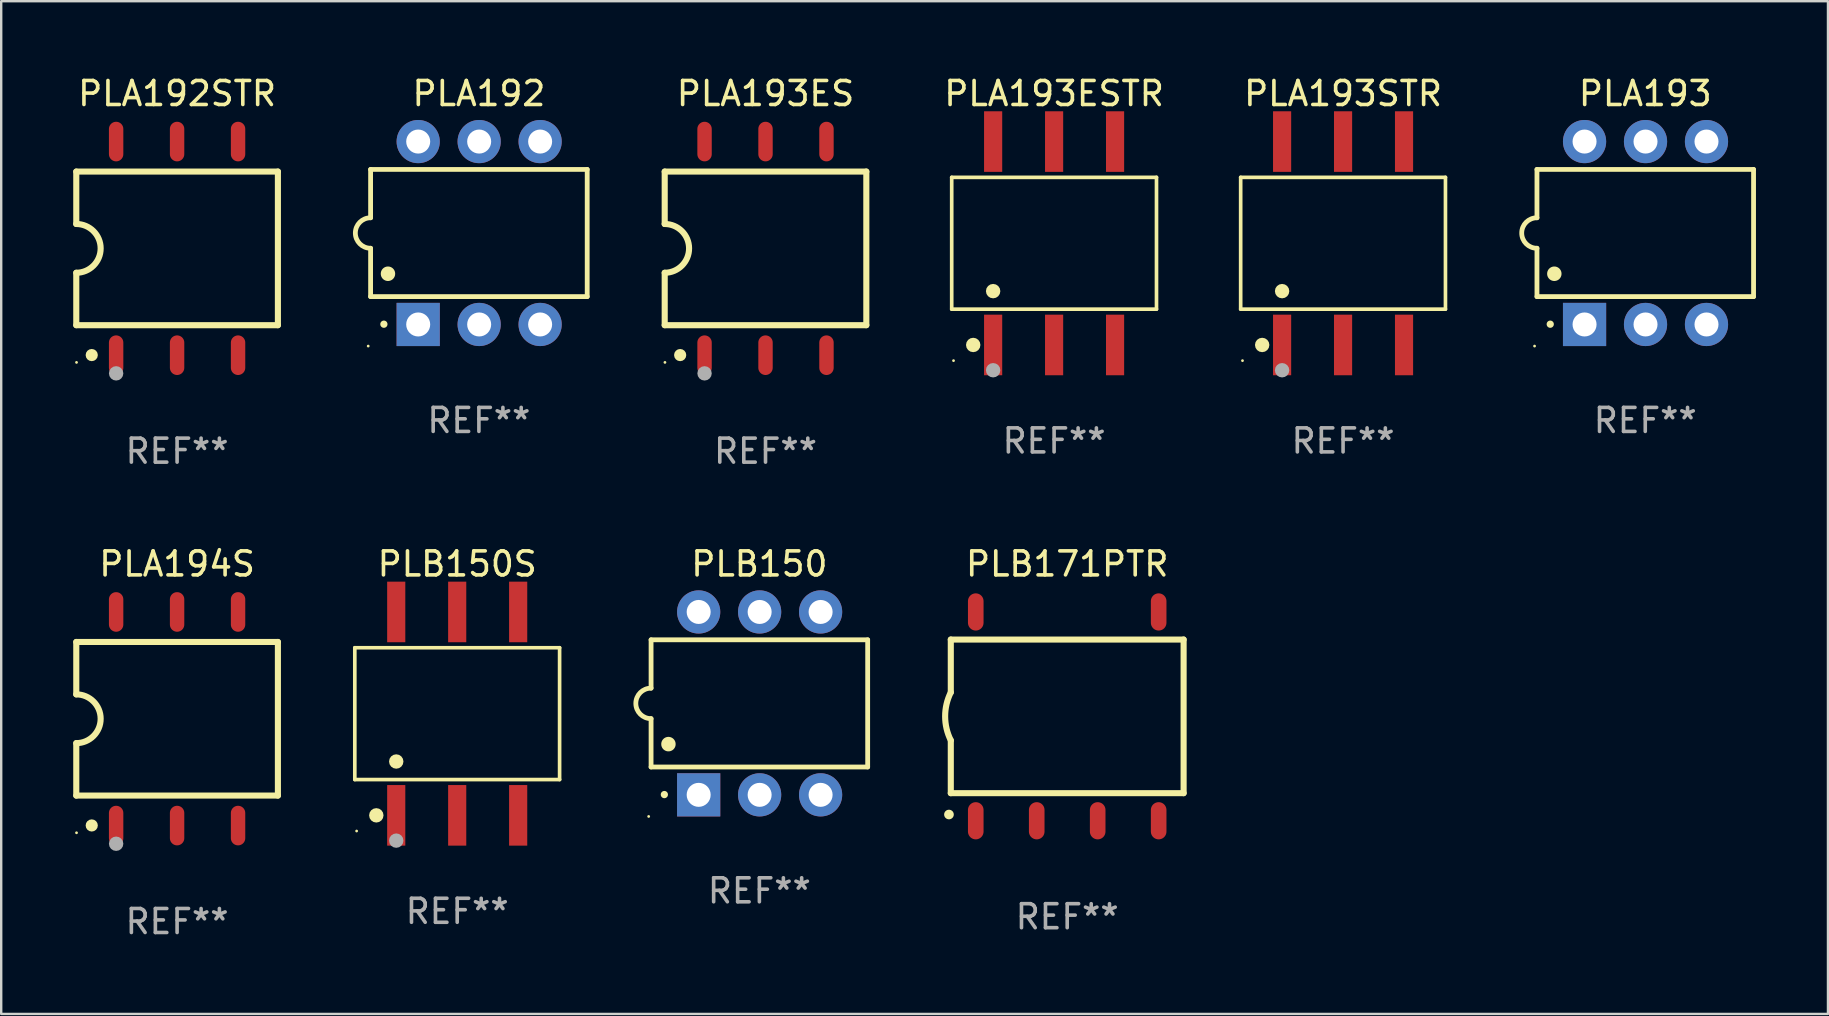
<source format=kicad_pcb>
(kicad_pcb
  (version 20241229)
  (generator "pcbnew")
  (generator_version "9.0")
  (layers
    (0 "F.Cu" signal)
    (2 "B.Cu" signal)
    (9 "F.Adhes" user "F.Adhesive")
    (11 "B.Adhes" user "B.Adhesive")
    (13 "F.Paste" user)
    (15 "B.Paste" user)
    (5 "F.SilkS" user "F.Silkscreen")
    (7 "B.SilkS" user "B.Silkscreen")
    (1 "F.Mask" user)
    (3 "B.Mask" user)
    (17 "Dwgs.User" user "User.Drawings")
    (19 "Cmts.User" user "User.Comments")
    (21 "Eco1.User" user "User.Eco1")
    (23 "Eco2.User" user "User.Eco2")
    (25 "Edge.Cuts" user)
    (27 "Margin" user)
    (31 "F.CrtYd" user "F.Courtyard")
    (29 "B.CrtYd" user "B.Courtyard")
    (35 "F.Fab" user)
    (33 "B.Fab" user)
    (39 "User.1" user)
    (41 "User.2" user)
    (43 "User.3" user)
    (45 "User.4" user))
  (footprint "PLA192"
    (layer "F.Cu")
    (at 16.902 6.658)
    (property "Reference" "PLA192" (at 0 -5.81 0) (layer "F.SilkS") (effects (font (size 1 1) (thickness 0.15))))
    (attr through_hole)
    (fp_line (start -4.512 -2.649) (end 4.512 -2.649) (stroke (width 0.2) (type solid)) (layer "F.SilkS"))
    (fp_line (start -4.512 -0.635) (end -4.512 -2.649) (stroke (width 0.2) (type solid)) (layer "F.SilkS"))
    (fp_line (start -4.512 2.649) (end -4.512 0.635) (stroke (width 0.2) (type solid)) (layer "F.SilkS"))
    (fp_line (start 4.512 -2.649) (end 4.512 2.649) (stroke (width 0.2) (type solid)) (layer "F.SilkS"))
    (fp_line (start 4.512 2.649) (end -4.512 2.649) (stroke (width 0.2) (type solid)) (layer "F.SilkS"))
    (fp_arc (start -4.512319 0.635001) (mid -5.14732 0) (end -4.512319 -0.635001) (stroke (width 0.2) (type solid)) (layer "F.SilkS"))
    (fp_arc (start -3.958598 3.799848) (mid -3.958603 3.798578) (end -3.958598 3.797308) (stroke (width 0.3) (type solid)) (layer "F.SilkS"))
    (fp_arc (start -3.788418 1.699263) (mid -3.788429 1.696723) (end -3.788418 1.694183) (stroke (width 0.6) (type solid)) (layer "F.SilkS"))
    (fp_circle (center -4.612 4.71) (end -4.582 4.71) (stroke (width 0.06) (type solid)) (fill no) (layer "F.SilkS"))
    (fp_text user "REF**" (at 0 7.81 0) (layer "F.Fab") (effects (font (size 1 1) (thickness 0.15))))
    (pad "1" thru_hole rect (at -2.529 3.81 90) (size 1.8 1.8) (drill 1) (layers "*.Cu" "*.Mask"))
    (pad "2" thru_hole circle (at 0.011 3.81) (size 1.8 1.8) (drill 1) (layers "*.Cu" "*.Mask"))
    (pad "3" thru_hole circle (at 2.551 3.81) (size 1.8 1.8) (drill 1) (layers "*.Cu" "*.Mask"))
    (pad "4" thru_hole circle (at 2.551 -3.81) (size 1.8 1.8) (drill 1) (layers "*.Cu" "*.Mask"))
    (pad "5" thru_hole circle (at 0.011 -3.81) (size 1.8 1.8) (drill 1) (layers "*.Cu" "*.Mask"))
    (pad "6" thru_hole circle (at -2.529 -3.81) (size 1.8 1.8) (drill 1) (layers "*.Cu" "*.Mask")))
  (footprint "PLA194S"
    (layer "F.Cu")
    (at 4.328 26.895)
    (property "Reference" "PLA194S" (at 0 -6.45 0) (layer "F.SilkS") (effects (font (size 1 1) (thickness 0.15))))
    (attr through_hole)
    (fp_line (start -4.2 -3.2) (end -4.2 -1.016) (stroke (width 0.254) (type solid)) (layer "F.SilkS"))
    (fp_line (start -4.2 -3.2) (end 4.2 -3.2) (stroke (width 0.254) (type solid)) (layer "F.SilkS"))
    (fp_line (start -4.2 3.2) (end -4.2 1.016) (stroke (width 0.254) (type solid)) (layer "F.SilkS"))
    (fp_line (start 4.2 -3.2) (end 4.2 3.2) (stroke (width 0.254) (type solid)) (layer "F.SilkS"))
    (fp_line (start 4.2 3.2) (end -4.2 3.2) (stroke (width 0.254) (type solid)) (layer "F.SilkS"))
    (fp_arc (start -4.201169 -1.016003) (mid -3.185166 -0.000585) (end -4.2 1.016002) (stroke (width 0.254001) (type solid)) (layer "F.SilkS"))
    (fp_circle (center -4.19 4.75) (end -4.16 4.75) (stroke (width 0.06) (type solid)) (fill no) (layer "F.SilkS"))
    (fp_circle (center -3.556 4.445) (end -3.429 4.445) (stroke (width 0.254) (type solid)) (fill no) (layer "F.SilkS"))
    (fp_circle (center -2.54 5.207) (end -2.39 5.207) (stroke (width 0.3) (type solid)) (fill no) (layer "F.Fab"))
    (fp_text user "REF**" (at 0 8.45 0) (layer "F.Fab") (effects (font (size 1 1) (thickness 0.15))))
    (pad "1" smd oval (at -2.54 4.45 90) (size 1.65 0.6) (layers "F.Cu" "F.Mask" "F.Paste"))
    (pad "2" smd oval (at 0 4.45 90) (size 1.65 0.6) (layers "F.Cu" "F.Mask" "F.Paste"))
    (pad "3" smd oval (at 2.54 4.45 90) (size 1.65 0.6) (layers "F.Cu" "F.Mask" "F.Paste"))
    (pad "4" smd oval (at 2.54 -4.45 90) (size 1.65 0.6) (layers "F.Cu" "F.Mask" "F.Paste"))
    (pad "5" smd oval (at 0 -4.45 90) (size 1.65 0.6) (layers "F.Cu" "F.Mask" "F.Paste"))
    (pad "6" smd oval (at -2.54 -4.45 90) (size 1.65 0.6) (layers "F.Cu" "F.Mask" "F.Paste")))
  (footprint "PLA192STR"
    (layer "F.Cu")
    (at 4.328 7.298)
    (property "Reference" "PLA192STR" (at 0 -6.45 0) (layer "F.SilkS") (effects (font (size 1 1) (thickness 0.15))))
    (attr through_hole)
    (fp_line (start -4.2 -3.2) (end -4.2 -1.016) (stroke (width 0.254) (type solid)) (layer "F.SilkS"))
    (fp_line (start -4.2 -3.2) (end 4.2 -3.2) (stroke (width 0.254) (type solid)) (layer "F.SilkS"))
    (fp_line (start -4.2 3.2) (end -4.2 1.016) (stroke (width 0.254) (type solid)) (layer "F.SilkS"))
    (fp_line (start 4.2 -3.2) (end 4.2 3.2) (stroke (width 0.254) (type solid)) (layer "F.SilkS"))
    (fp_line (start 4.2 3.2) (end -4.2 3.2) (stroke (width 0.254) (type solid)) (layer "F.SilkS"))
    (fp_arc (start -4.201169 -1.016003) (mid -3.185166 -0.000585) (end -4.2 1.016002) (stroke (width 0.254001) (type solid)) (layer "F.SilkS"))
    (fp_circle (center -4.19 4.75) (end -4.16 4.75) (stroke (width 0.06) (type solid)) (fill no) (layer "F.SilkS"))
    (fp_circle (center -3.556 4.445) (end -3.429 4.445) (stroke (width 0.254) (type solid)) (fill no) (layer "F.SilkS"))
    (fp_circle (center -2.54 5.207) (end -2.39 5.207) (stroke (width 0.3) (type solid)) (fill no) (layer "F.Fab"))
    (fp_text user "REF**" (at 0 8.45 0) (layer "F.Fab") (effects (font (size 1 1) (thickness 0.15))))
    (pad "1" smd oval (at -2.54 4.45 90) (size 1.65 0.6) (layers "F.Cu" "F.Mask" "F.Paste"))
    (pad "2" smd oval (at 0 4.45 90) (size 1.65 0.6) (layers "F.Cu" "F.Mask" "F.Paste"))
    (pad "3" smd oval (at 2.54 4.45 90) (size 1.65 0.6) (layers "F.Cu" "F.Mask" "F.Paste"))
    (pad "4" smd oval (at 2.54 -4.45 90) (size 1.65 0.6) (layers "F.Cu" "F.Mask" "F.Paste"))
    (pad "5" smd oval (at 0 -4.45 90) (size 1.65 0.6) (layers "F.Cu" "F.Mask" "F.Paste"))
    (pad "6" smd oval (at -2.54 -4.45 90) (size 1.65 0.6) (layers "F.Cu" "F.Mask" "F.Paste")))
  (footprint "PLA193ES"
    (layer "F.Cu")
    (at 28.843 7.298)
    (property "Reference" "PLA193ES" (at 0 -6.45 0) (layer "F.SilkS") (effects (font (size 1 1) (thickness 0.15))))
    (attr through_hole)
    (fp_line (start -4.2 -3.2) (end -4.2 -1.016) (stroke (width 0.254) (type solid)) (layer "F.SilkS"))
    (fp_line (start -4.2 -3.2) (end 4.2 -3.2) (stroke (width 0.254) (type solid)) (layer "F.SilkS"))
    (fp_line (start -4.2 3.2) (end -4.2 1.016) (stroke (width 0.254) (type solid)) (layer "F.SilkS"))
    (fp_line (start 4.2 -3.2) (end 4.2 3.2) (stroke (width 0.254) (type solid)) (layer "F.SilkS"))
    (fp_line (start 4.2 3.2) (end -4.2 3.2) (stroke (width 0.254) (type solid)) (layer "F.SilkS"))
    (fp_arc (start -4.201169 -1.016003) (mid -3.185166 -0.000585) (end -4.2 1.016002) (stroke (width 0.254001) (type solid)) (layer "F.SilkS"))
    (fp_circle (center -4.19 4.75) (end -4.16 4.75) (stroke (width 0.06) (type solid)) (fill no) (layer "F.SilkS"))
    (fp_circle (center -3.556 4.445) (end -3.429 4.445) (stroke (width 0.254) (type solid)) (fill no) (layer "F.SilkS"))
    (fp_circle (center -2.54 5.207) (end -2.39 5.207) (stroke (width 0.3) (type solid)) (fill no) (layer "F.Fab"))
    (fp_text user "REF**" (at 0 8.45 0) (layer "F.Fab") (effects (font (size 1 1) (thickness 0.15))))
    (pad "1" smd oval (at -2.54 4.45 90) (size 1.65 0.6) (layers "F.Cu" "F.Mask" "F.Paste"))
    (pad "2" smd oval (at 0 4.45 90) (size 1.65 0.6) (layers "F.Cu" "F.Mask" "F.Paste"))
    (pad "3" smd oval (at 2.54 4.45 90) (size 1.65 0.6) (layers "F.Cu" "F.Mask" "F.Paste"))
    (pad "4" smd oval (at 2.54 -4.45 90) (size 1.65 0.6) (layers "F.Cu" "F.Mask" "F.Paste"))
    (pad "5" smd oval (at 0 -4.45 90) (size 1.65 0.6) (layers "F.Cu" "F.Mask" "F.Paste"))
    (pad "6" smd oval (at -2.54 -4.45 90) (size 1.65 0.6) (layers "F.Cu" "F.Mask" "F.Paste")))
  (footprint "PLA193"
    (layer "F.Cu")
    (at 65.495 6.658)
    (property "Reference" "PLA193" (at 0 -5.81 0) (layer "F.SilkS") (effects (font (size 1 1) (thickness 0.15))))
    (attr through_hole)
    (fp_line (start -4.512 -2.649) (end 4.512 -2.649) (stroke (width 0.2) (type solid)) (layer "F.SilkS"))
    (fp_line (start -4.512 -0.635) (end -4.512 -2.649) (stroke (width 0.2) (type solid)) (layer "F.SilkS"))
    (fp_line (start -4.512 2.649) (end -4.512 0.635) (stroke (width 0.2) (type solid)) (layer "F.SilkS"))
    (fp_line (start 4.512 -2.649) (end 4.512 2.649) (stroke (width 0.2) (type solid)) (layer "F.SilkS"))
    (fp_line (start 4.512 2.649) (end -4.512 2.649) (stroke (width 0.2) (type solid)) (layer "F.SilkS"))
    (fp_arc (start -4.512319 0.635001) (mid -5.14732 0) (end -4.512319 -0.635001) (stroke (width 0.2) (type solid)) (layer "F.SilkS"))
    (fp_arc (start -3.958598 3.799848) (mid -3.958603 3.798578) (end -3.958598 3.797308) (stroke (width 0.3) (type solid)) (layer "F.SilkS"))
    (fp_arc (start -3.788418 1.699263) (mid -3.788429 1.696723) (end -3.788418 1.694183) (stroke (width 0.6) (type solid)) (layer "F.SilkS"))
    (fp_circle (center -4.612 4.71) (end -4.582 4.71) (stroke (width 0.06) (type solid)) (fill no) (layer "F.SilkS"))
    (fp_text user "REF**" (at 0 7.81 0) (layer "F.Fab") (effects (font (size 1 1) (thickness 0.15))))
    (pad "1" thru_hole rect (at -2.529 3.81 90) (size 1.8 1.8) (drill 1) (layers "*.Cu" "*.Mask"))
    (pad "2" thru_hole circle (at 0.011 3.81) (size 1.8 1.8) (drill 1) (layers "*.Cu" "*.Mask"))
    (pad "3" thru_hole circle (at 2.551 3.81) (size 1.8 1.8) (drill 1) (layers "*.Cu" "*.Mask"))
    (pad "4" thru_hole circle (at 2.551 -3.81) (size 1.8 1.8) (drill 1) (layers "*.Cu" "*.Mask"))
    (pad "5" thru_hole circle (at 0.011 -3.81) (size 1.8 1.8) (drill 1) (layers "*.Cu" "*.Mask"))
    (pad "6" thru_hole circle (at -2.529 -3.81) (size 1.8 1.8) (drill 1) (layers "*.Cu" "*.Mask")))
  (footprint "PLA193ESTR"
    (layer "F.Cu")
    (at 40.866 7.085)
    (property "Reference" "PLA193ESTR" (at 0 -6.237 0) (layer "F.SilkS") (effects (font (size 1 1) (thickness 0.15))))
    (attr through_hole)
    (fp_line (start -4.266 -2.746) (end 4.266 -2.746) (stroke (width 0.152) (type solid)) (layer "F.SilkS"))
    (fp_line (start -4.266 2.746) (end -4.266 -2.746) (stroke (width 0.152) (type solid)) (layer "F.SilkS"))
    (fp_line (start 4.266 -2.746) (end 4.266 2.746) (stroke (width 0.152) (type solid)) (layer "F.SilkS"))
    (fp_line (start 4.266 2.746) (end -4.266 2.746) (stroke (width 0.152) (type solid)) (layer "F.SilkS"))
    (fp_circle (center -4.19 4.89) (end -4.16 4.89) (stroke (width 0.06) (type solid)) (fill no) (layer "F.SilkS"))
    (fp_circle (center -3.37 4.237) (end -3.22 4.237) (stroke (width 0.3) (type solid)) (fill no) (layer "F.SilkS"))
    (fp_circle (center -2.54 1.994) (end -2.39 1.994) (stroke (width 0.3) (type solid)) (fill no) (layer "F.SilkS"))
    (fp_circle (center -2.54 5.29) (end -2.39 5.29) (stroke (width 0.3) (type solid)) (fill no) (layer "F.Fab"))
    (fp_text user "REF**" (at 0 8.237 0) (layer "F.Fab") (effects (font (size 1 1) (thickness 0.15))))
    (pad "1" smd rect (at -2.54 4.237) (size 0.756 2.524) (layers "F.Cu" "F.Mask" "F.Paste"))
    (pad "2" smd rect (at 0 4.237) (size 0.756 2.524) (layers "F.Cu" "F.Mask" "F.Paste"))
    (pad "3" smd rect (at 2.54 4.237) (size 0.756 2.524) (layers "F.Cu" "F.Mask" "F.Paste"))
    (pad "4" smd rect (at 2.54 -4.237) (size 0.756 2.524) (layers "F.Cu" "F.Mask" "F.Paste"))
    (pad "5" smd rect (at 0 -4.237) (size 0.756 2.524) (layers "F.Cu" "F.Mask" "F.Paste"))
    (pad "6" smd rect (at -2.54 -4.237) (size 0.756 2.524) (layers "F.Cu" "F.Mask" "F.Paste")))
  (footprint "PLB171PTR"
    (layer "F.Cu")
    (at 41.412 26.795)
    (property "Reference" "PLB171PTR" (at 0 -6.35 0) (layer "F.SilkS") (effects (font (size 1 1) (thickness 0.15))))
    (attr through_hole)
    (fp_line (start -4.85 -3.2) (end -4.85 -1) (stroke (width 0.254) (type solid)) (layer "F.SilkS"))
    (fp_line (start -4.85 -3.2) (end 4.85 -3.2) (stroke (width 0.254) (type solid)) (layer "F.SilkS"))
    (fp_line (start -4.85 3.2) (end -4.85 1) (stroke (width 0.254) (type solid)) (layer "F.SilkS"))
    (fp_line (start 4.85 -3.2) (end 4.85 3.2) (stroke (width 0.254) (type solid)) (layer "F.SilkS"))
    (fp_line (start 4.85 3.2) (end -4.85 3.2) (stroke (width 0.254) (type solid)) (layer "F.SilkS"))
    (fp_arc (start -4.92761 4.089408) (mid -4.92634 4.089404) (end -4.92507 4.089408) (stroke (width 0.4) (type solid)) (layer "F.SilkS"))
    (fp_arc (start -4.84887 1.000762) (mid -5.085418 0.000516) (end -4.850013 -1) (stroke (width 0.254001) (type solid)) (layer "F.SilkS"))
    (fp_text user "REF**" (at 0 8.35 0) (layer "F.Fab") (effects (font (size 1 1) (thickness 0.15))))
    (pad "1" smd oval (at -3.81 4.35) (size 0.65 1.55) (layers "F.Cu" "F.Mask" "F.Paste"))
    (pad "2" smd oval (at -1.27 4.35) (size 0.65 1.55) (layers "F.Cu" "F.Mask" "F.Paste"))
    (pad "3" smd oval (at 1.27 4.35) (size 0.65 1.55) (layers "F.Cu" "F.Mask" "F.Paste"))
    (pad "4" smd oval (at 3.81 4.35) (size 0.65 1.55) (layers "F.Cu" "F.Mask" "F.Paste"))
    (pad "5" smd oval (at 3.81 -4.35 180) (size 0.65 1.55) (layers "F.Cu" "F.Mask" "F.Paste"))
    (pad "8" smd oval (at -3.81 -4.35 180) (size 0.65 1.55) (layers "F.Cu" "F.Mask" "F.Paste")))
  (footprint "PLB150S"
    (layer "F.Cu")
    (at 15.998 26.682)
    (property "Reference" "PLB150S" (at 0 -6.237 0) (layer "F.SilkS") (effects (font (size 1 1) (thickness 0.15))))
    (attr through_hole)
    (fp_line (start -4.266 -2.746) (end 4.266 -2.746) (stroke (width 0.152) (type solid)) (layer "F.SilkS"))
    (fp_line (start -4.266 2.746) (end -4.266 -2.746) (stroke (width 0.152) (type solid)) (layer "F.SilkS"))
    (fp_line (start 4.266 -2.746) (end 4.266 2.746) (stroke (width 0.152) (type solid)) (layer "F.SilkS"))
    (fp_line (start 4.266 2.746) (end -4.266 2.746) (stroke (width 0.152) (type solid)) (layer "F.SilkS"))
    (fp_circle (center -4.19 4.89) (end -4.16 4.89) (stroke (width 0.06) (type solid)) (fill no) (layer "F.SilkS"))
    (fp_circle (center -3.37 4.237) (end -3.22 4.237) (stroke (width 0.3) (type solid)) (fill no) (layer "F.SilkS"))
    (fp_circle (center -2.54 1.994) (end -2.39 1.994) (stroke (width 0.3) (type solid)) (fill no) (layer "F.SilkS"))
    (fp_circle (center -2.54 5.29) (end -2.39 5.29) (stroke (width 0.3) (type solid)) (fill no) (layer "F.Fab"))
    (fp_text user "REF**" (at 0 8.237 0) (layer "F.Fab") (effects (font (size 1 1) (thickness 0.15))))
    (pad "1" smd rect (at -2.54 4.237) (size 0.756 2.524) (layers "F.Cu" "F.Mask" "F.Paste"))
    (pad "2" smd rect (at 0 4.237) (size 0.756 2.524) (layers "F.Cu" "F.Mask" "F.Paste"))
    (pad "3" smd rect (at 2.54 4.237) (size 0.756 2.524) (layers "F.Cu" "F.Mask" "F.Paste"))
    (pad "4" smd rect (at 2.54 -4.237) (size 0.756 2.524) (layers "F.Cu" "F.Mask" "F.Paste"))
    (pad "5" smd rect (at 0 -4.237) (size 0.756 2.524) (layers "F.Cu" "F.Mask" "F.Paste"))
    (pad "6" smd rect (at -2.54 -4.237) (size 0.756 2.524) (layers "F.Cu" "F.Mask" "F.Paste")))
  (footprint "PLB150"
    (layer "F.Cu")
    (at 28.587 26.255)
    (property "Reference" "PLB150" (at 0 -5.81 0) (layer "F.SilkS") (effects (font (size 1 1) (thickness 0.15))))
    (attr through_hole)
    (fp_line (start -4.512 -2.649) (end 4.512 -2.649) (stroke (width 0.2) (type solid)) (layer "F.SilkS"))
    (fp_line (start -4.512 -0.635) (end -4.512 -2.649) (stroke (width 0.2) (type solid)) (layer "F.SilkS"))
    (fp_line (start -4.512 2.649) (end -4.512 0.635) (stroke (width 0.2) (type solid)) (layer "F.SilkS"))
    (fp_line (start 4.512 -2.649) (end 4.512 2.649) (stroke (width 0.2) (type solid)) (layer "F.SilkS"))
    (fp_line (start 4.512 2.649) (end -4.512 2.649) (stroke (width 0.2) (type solid)) (layer "F.SilkS"))
    (fp_arc (start -4.512319 0.635001) (mid -5.14732 0) (end -4.512319 -0.635001) (stroke (width 0.2) (type solid)) (layer "F.SilkS"))
    (fp_arc (start -3.958598 3.799848) (mid -3.958603 3.798578) (end -3.958598 3.797308) (stroke (width 0.3) (type solid)) (layer "F.SilkS"))
    (fp_arc (start -3.788418 1.699263) (mid -3.788429 1.696723) (end -3.788418 1.694183) (stroke (width 0.6) (type solid)) (layer "F.SilkS"))
    (fp_circle (center -4.612 4.71) (end -4.582 4.71) (stroke (width 0.06) (type solid)) (fill no) (layer "F.SilkS"))
    (fp_text user "REF**" (at 0 7.81 0) (layer "F.Fab") (effects (font (size 1 1) (thickness 0.15))))
    (pad "1" thru_hole rect (at -2.529 3.81 90) (size 1.8 1.8) (drill 1) (layers "*.Cu" "*.Mask"))
    (pad "2" thru_hole circle (at 0.011 3.81) (size 1.8 1.8) (drill 1) (layers "*.Cu" "*.Mask"))
    (pad "3" thru_hole circle (at 2.551 3.81) (size 1.8 1.8) (drill 1) (layers "*.Cu" "*.Mask"))
    (pad "4" thru_hole circle (at 2.551 -3.81) (size 1.8 1.8) (drill 1) (layers "*.Cu" "*.Mask"))
    (pad "5" thru_hole circle (at 0.011 -3.81) (size 1.8 1.8) (drill 1) (layers "*.Cu" "*.Mask"))
    (pad "6" thru_hole circle (at -2.529 -3.81) (size 1.8 1.8) (drill 1) (layers "*.Cu" "*.Mask")))
  (footprint "PLA193STR"
    (layer "F.Cu")
    (at 52.905 7.085)
    (property "Reference" "PLA193STR" (at 0 -6.237 0) (layer "F.SilkS") (effects (font (size 1 1) (thickness 0.15))))
    (attr through_hole)
    (fp_line (start -4.266 -2.746) (end 4.266 -2.746) (stroke (width 0.152) (type solid)) (layer "F.SilkS"))
    (fp_line (start -4.266 2.746) (end -4.266 -2.746) (stroke (width 0.152) (type solid)) (layer "F.SilkS"))
    (fp_line (start 4.266 -2.746) (end 4.266 2.746) (stroke (width 0.152) (type solid)) (layer "F.SilkS"))
    (fp_line (start 4.266 2.746) (end -4.266 2.746) (stroke (width 0.152) (type solid)) (layer "F.SilkS"))
    (fp_circle (center -4.19 4.89) (end -4.16 4.89) (stroke (width 0.06) (type solid)) (fill no) (layer "F.SilkS"))
    (fp_circle (center -3.37 4.237) (end -3.22 4.237) (stroke (width 0.3) (type solid)) (fill no) (layer "F.SilkS"))
    (fp_circle (center -2.54 1.994) (end -2.39 1.994) (stroke (width 0.3) (type solid)) (fill no) (layer "F.SilkS"))
    (fp_circle (center -2.54 5.29) (end -2.39 5.29) (stroke (width 0.3) (type solid)) (fill no) (layer "F.Fab"))
    (fp_text user "REF**" (at 0 8.237 0) (layer "F.Fab") (effects (font (size 1 1) (thickness 0.15))))
    (pad "1" smd rect (at -2.54 4.237) (size 0.756 2.524) (layers "F.Cu" "F.Mask" "F.Paste"))
    (pad "2" smd rect (at 0 4.237) (size 0.756 2.524) (layers "F.Cu" "F.Mask" "F.Paste"))
    (pad "3" smd rect (at 2.54 4.237) (size 0.756 2.524) (layers "F.Cu" "F.Mask" "F.Paste"))
    (pad "4" smd rect (at 2.54 -4.237) (size 0.756 2.524) (layers "F.Cu" "F.Mask" "F.Paste"))
    (pad "5" smd rect (at 0 -4.237) (size 0.756 2.524) (layers "F.Cu" "F.Mask" "F.Paste"))
    (pad "6" smd rect (at -2.54 -4.237) (size 0.756 2.524) (layers "F.Cu" "F.Mask" "F.Paste")))
  (gr_rect
    (start -3 -3)
    (end 73.107 39.193)
    (stroke (width 0.1) (type default))
    (fill no)
    (layer "Edge.Cuts")))
</source>
